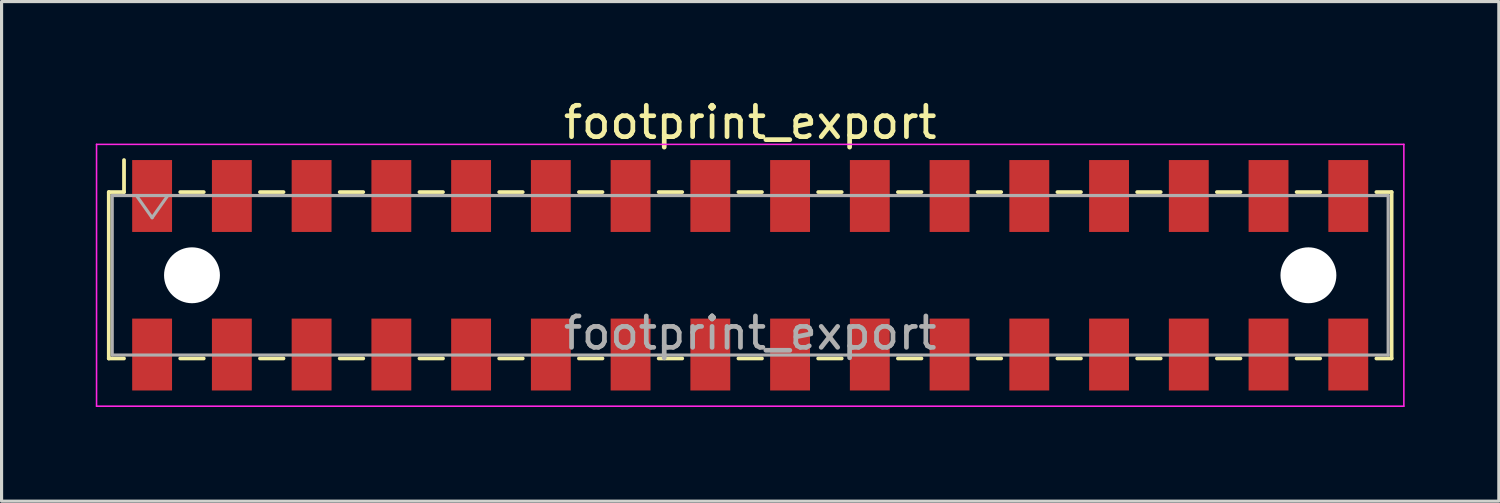
<source format=kicad_pcb>
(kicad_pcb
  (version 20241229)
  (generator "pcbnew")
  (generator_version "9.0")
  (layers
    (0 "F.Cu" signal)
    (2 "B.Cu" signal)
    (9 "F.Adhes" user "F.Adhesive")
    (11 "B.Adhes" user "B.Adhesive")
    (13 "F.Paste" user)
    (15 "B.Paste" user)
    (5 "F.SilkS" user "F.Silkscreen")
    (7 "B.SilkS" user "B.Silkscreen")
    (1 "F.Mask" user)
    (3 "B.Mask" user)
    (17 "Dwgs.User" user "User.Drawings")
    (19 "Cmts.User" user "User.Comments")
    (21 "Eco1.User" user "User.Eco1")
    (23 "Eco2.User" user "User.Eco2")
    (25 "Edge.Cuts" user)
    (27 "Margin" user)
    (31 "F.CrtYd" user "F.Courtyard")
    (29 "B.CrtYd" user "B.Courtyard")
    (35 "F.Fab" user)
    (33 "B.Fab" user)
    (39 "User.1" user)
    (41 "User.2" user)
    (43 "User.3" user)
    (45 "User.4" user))
  (footprint "footprint_export"
    (layer "F.Cu")
    (at 20.845 5.718)
    (property "Reference" "footprint_export" (at 0 -4.87 0) (layer "F.SilkS") (effects (font (size 1 1) (thickness 0.15))))
    (attr smd)
    (fp_line (start -20.43 -2.65) (end -20.43 2.65) (stroke (width 0.12) (type solid)) (layer "F.SilkS"))
    (fp_line (start -20.43 2.65) (end -19.945 2.65) (stroke (width 0.12) (type solid)) (layer "F.SilkS"))
    (fp_line (start -19.945 -3.67) (end -19.945 -2.65) (stroke (width 0.12) (type solid)) (layer "F.SilkS"))
    (fp_line (start -19.945 -2.65) (end -20.43 -2.65) (stroke (width 0.12) (type solid)) (layer "F.SilkS"))
    (fp_line (start -18.155 -2.65) (end -17.405 -2.65) (stroke (width 0.12) (type solid)) (layer "F.SilkS"))
    (fp_line (start -18.155 2.65) (end -17.405 2.65) (stroke (width 0.12) (type solid)) (layer "F.SilkS"))
    (fp_line (start -15.615 -2.65) (end -14.865 -2.65) (stroke (width 0.12) (type solid)) (layer "F.SilkS"))
    (fp_line (start -15.615 2.65) (end -14.865 2.65) (stroke (width 0.12) (type solid)) (layer "F.SilkS"))
    (fp_line (start -13.075 -2.65) (end -12.325 -2.65) (stroke (width 0.12) (type solid)) (layer "F.SilkS"))
    (fp_line (start -13.075 2.65) (end -12.325 2.65) (stroke (width 0.12) (type solid)) (layer "F.SilkS"))
    (fp_line (start -10.535 -2.65) (end -9.785 -2.65) (stroke (width 0.12) (type solid)) (layer "F.SilkS"))
    (fp_line (start -10.535 2.65) (end -9.785 2.65) (stroke (width 0.12) (type solid)) (layer "F.SilkS"))
    (fp_line (start -7.995 -2.65) (end -7.245 -2.65) (stroke (width 0.12) (type solid)) (layer "F.SilkS"))
    (fp_line (start -7.995 2.65) (end -7.245 2.65) (stroke (width 0.12) (type solid)) (layer "F.SilkS"))
    (fp_line (start -5.455 -2.65) (end -4.705 -2.65) (stroke (width 0.12) (type solid)) (layer "F.SilkS"))
    (fp_line (start -5.455 2.65) (end -4.705 2.65) (stroke (width 0.12) (type solid)) (layer "F.SilkS"))
    (fp_line (start -2.915 -2.65) (end -2.165 -2.65) (stroke (width 0.12) (type solid)) (layer "F.SilkS"))
    (fp_line (start -2.915 2.65) (end -2.165 2.65) (stroke (width 0.12) (type solid)) (layer "F.SilkS"))
    (fp_line (start -0.375 -2.65) (end 0.375 -2.65) (stroke (width 0.12) (type solid)) (layer "F.SilkS"))
    (fp_line (start -0.375 2.65) (end 0.375 2.65) (stroke (width 0.12) (type solid)) (layer "F.SilkS"))
    (fp_line (start 2.165 -2.65) (end 2.915 -2.65) (stroke (width 0.12) (type solid)) (layer "F.SilkS"))
    (fp_line (start 2.165 2.65) (end 2.915 2.65) (stroke (width 0.12) (type solid)) (layer "F.SilkS"))
    (fp_line (start 4.705 -2.65) (end 5.455 -2.65) (stroke (width 0.12) (type solid)) (layer "F.SilkS"))
    (fp_line (start 4.705 2.65) (end 5.455 2.65) (stroke (width 0.12) (type solid)) (layer "F.SilkS"))
    (fp_line (start 7.245 -2.65) (end 7.995 -2.65) (stroke (width 0.12) (type solid)) (layer "F.SilkS"))
    (fp_line (start 7.245 2.65) (end 7.995 2.65) (stroke (width 0.12) (type solid)) (layer "F.SilkS"))
    (fp_line (start 9.785 -2.65) (end 10.535 -2.65) (stroke (width 0.12) (type solid)) (layer "F.SilkS"))
    (fp_line (start 9.785 2.65) (end 10.535 2.65) (stroke (width 0.12) (type solid)) (layer "F.SilkS"))
    (fp_line (start 12.325 -2.65) (end 13.075 -2.65) (stroke (width 0.12) (type solid)) (layer "F.SilkS"))
    (fp_line (start 12.325 2.65) (end 13.075 2.65) (stroke (width 0.12) (type solid)) (layer "F.SilkS"))
    (fp_line (start 14.865 -2.65) (end 15.615 -2.65) (stroke (width 0.12) (type solid)) (layer "F.SilkS"))
    (fp_line (start 14.865 2.65) (end 15.615 2.65) (stroke (width 0.12) (type solid)) (layer "F.SilkS"))
    (fp_line (start 17.405 -2.65) (end 18.155 -2.65) (stroke (width 0.12) (type solid)) (layer "F.SilkS"))
    (fp_line (start 17.405 2.65) (end 18.155 2.65) (stroke (width 0.12) (type solid)) (layer "F.SilkS"))
    (fp_line (start 19.945 -2.65) (end 20.43 -2.65) (stroke (width 0.12) (type solid)) (layer "F.SilkS"))
    (fp_line (start 20.43 -2.65) (end 20.43 2.65) (stroke (width 0.12) (type solid)) (layer "F.SilkS"))
    (fp_line (start 20.43 2.65) (end 19.945 2.65) (stroke (width 0.12) (type solid)) (layer "F.SilkS"))
    (fp_line (start -20.82 -4.17) (end 20.82 -4.17) (stroke (width 0.05) (type solid)) (layer "F.CrtYd"))
    (fp_line (start -20.82 4.17) (end -20.82 -4.17) (stroke (width 0.05) (type solid)) (layer "F.CrtYd"))
    (fp_line (start 20.82 -4.17) (end 20.82 4.17) (stroke (width 0.05) (type solid)) (layer "F.CrtYd"))
    (fp_line (start 20.82 4.17) (end -20.82 4.17) (stroke (width 0.05) (type solid)) (layer "F.CrtYd"))
    (fp_line (start -20.32 -2.54) (end 20.32 -2.54) (stroke (width 0.1) (type solid)) (layer "F.Fab"))
    (fp_line (start -20.32 2.54) (end -20.32 -2.54) (stroke (width 0.1) (type solid)) (layer "F.Fab"))
    (fp_line (start -19.55 -2.54) (end -19.05 -1.833) (stroke (width 0.1) (type solid)) (layer "F.Fab"))
    (fp_line (start -19.05 -1.833) (end -18.55 -2.54) (stroke (width 0.1) (type solid)) (layer "F.Fab"))
    (fp_line (start 20.32 -2.54) (end 20.32 2.54) (stroke (width 0.1) (type solid)) (layer "F.Fab"))
    (fp_line (start 20.32 2.54) (end -20.32 2.54) (stroke (width 0.1) (type solid)) (layer "F.Fab"))
    (fp_text user "${REFERENCE}" (at 0 1.84 0) (layer "F.Fab") (effects (font (size 1 1) (thickness 0.15))))
    (pad "" np_thru_hole circle (at -17.78 0) (size 1.78 1.78) (drill 1.78) (layers "*.Cu" "*.Mask"))
    (pad "" np_thru_hole circle (at 17.78 0) (size 1.78 1.78) (drill 1.78) (layers "*.Cu" "*.Mask"))
    (pad "1" smd rect (at -19.05 -2.525) (size 1.27 2.29) (layers "F.Cu" "F.Mask" "F.Paste"))
    (pad "2" smd rect (at -19.05 2.525) (size 1.27 2.29) (layers "F.Cu" "F.Mask" "F.Paste"))
    (pad "3" smd rect (at -16.51 -2.525) (size 1.27 2.29) (layers "F.Cu" "F.Mask" "F.Paste"))
    (pad "4" smd rect (at -16.51 2.525) (size 1.27 2.29) (layers "F.Cu" "F.Mask" "F.Paste"))
    (pad "5" smd rect (at -13.97 -2.525) (size 1.27 2.29) (layers "F.Cu" "F.Mask" "F.Paste"))
    (pad "6" smd rect (at -13.97 2.525) (size 1.27 2.29) (layers "F.Cu" "F.Mask" "F.Paste"))
    (pad "7" smd rect (at -11.43 -2.525) (size 1.27 2.29) (layers "F.Cu" "F.Mask" "F.Paste"))
    (pad "8" smd rect (at -11.43 2.525) (size 1.27 2.29) (layers "F.Cu" "F.Mask" "F.Paste"))
    (pad "9" smd rect (at -8.89 -2.525) (size 1.27 2.29) (layers "F.Cu" "F.Mask" "F.Paste"))
    (pad "10" smd rect (at -8.89 2.525) (size 1.27 2.29) (layers "F.Cu" "F.Mask" "F.Paste"))
    (pad "11" smd rect (at -6.35 -2.525) (size 1.27 2.29) (layers "F.Cu" "F.Mask" "F.Paste"))
    (pad "12" smd rect (at -6.35 2.525) (size 1.27 2.29) (layers "F.Cu" "F.Mask" "F.Paste"))
    (pad "13" smd rect (at -3.81 -2.525) (size 1.27 2.29) (layers "F.Cu" "F.Mask" "F.Paste"))
    (pad "14" smd rect (at -3.81 2.525) (size 1.27 2.29) (layers "F.Cu" "F.Mask" "F.Paste"))
    (pad "15" smd rect (at -1.27 -2.525) (size 1.27 2.29) (layers "F.Cu" "F.Mask" "F.Paste"))
    (pad "16" smd rect (at -1.27 2.525) (size 1.27 2.29) (layers "F.Cu" "F.Mask" "F.Paste"))
    (pad "17" smd rect (at 1.27 -2.525) (size 1.27 2.29) (layers "F.Cu" "F.Mask" "F.Paste"))
    (pad "18" smd rect (at 1.27 2.525) (size 1.27 2.29) (layers "F.Cu" "F.Mask" "F.Paste"))
    (pad "19" smd rect (at 3.81 -2.525) (size 1.27 2.29) (layers "F.Cu" "F.Mask" "F.Paste"))
    (pad "20" smd rect (at 3.81 2.525) (size 1.27 2.29) (layers "F.Cu" "F.Mask" "F.Paste"))
    (pad "21" smd rect (at 6.35 -2.525) (size 1.27 2.29) (layers "F.Cu" "F.Mask" "F.Paste"))
    (pad "22" smd rect (at 6.35 2.525) (size 1.27 2.29) (layers "F.Cu" "F.Mask" "F.Paste"))
    (pad "23" smd rect (at 8.89 -2.525) (size 1.27 2.29) (layers "F.Cu" "F.Mask" "F.Paste"))
    (pad "24" smd rect (at 8.89 2.525) (size 1.27 2.29) (layers "F.Cu" "F.Mask" "F.Paste"))
    (pad "25" smd rect (at 11.43 -2.525) (size 1.27 2.29) (layers "F.Cu" "F.Mask" "F.Paste"))
    (pad "26" smd rect (at 11.43 2.525) (size 1.27 2.29) (layers "F.Cu" "F.Mask" "F.Paste"))
    (pad "27" smd rect (at 13.97 -2.525) (size 1.27 2.29) (layers "F.Cu" "F.Mask" "F.Paste"))
    (pad "28" smd rect (at 13.97 2.525) (size 1.27 2.29) (layers "F.Cu" "F.Mask" "F.Paste"))
    (pad "29" smd rect (at 16.51 -2.525) (size 1.27 2.29) (layers "F.Cu" "F.Mask" "F.Paste"))
    (pad "30" smd rect (at 16.51 2.525) (size 1.27 2.29) (layers "F.Cu" "F.Mask" "F.Paste"))
    (pad "31" smd rect (at 19.05 -2.525) (size 1.27 2.29) (layers "F.Cu" "F.Mask" "F.Paste"))
    (pad "32" smd rect (at 19.05 2.525) (size 1.27 2.29) (layers "F.Cu" "F.Mask" "F.Paste")))
  (gr_rect
    (start -3 -3)
    (end 44.69 12.913)
    (stroke (width 0.1) (type default))
    (fill no)
    (layer "Edge.Cuts")))
</source>
